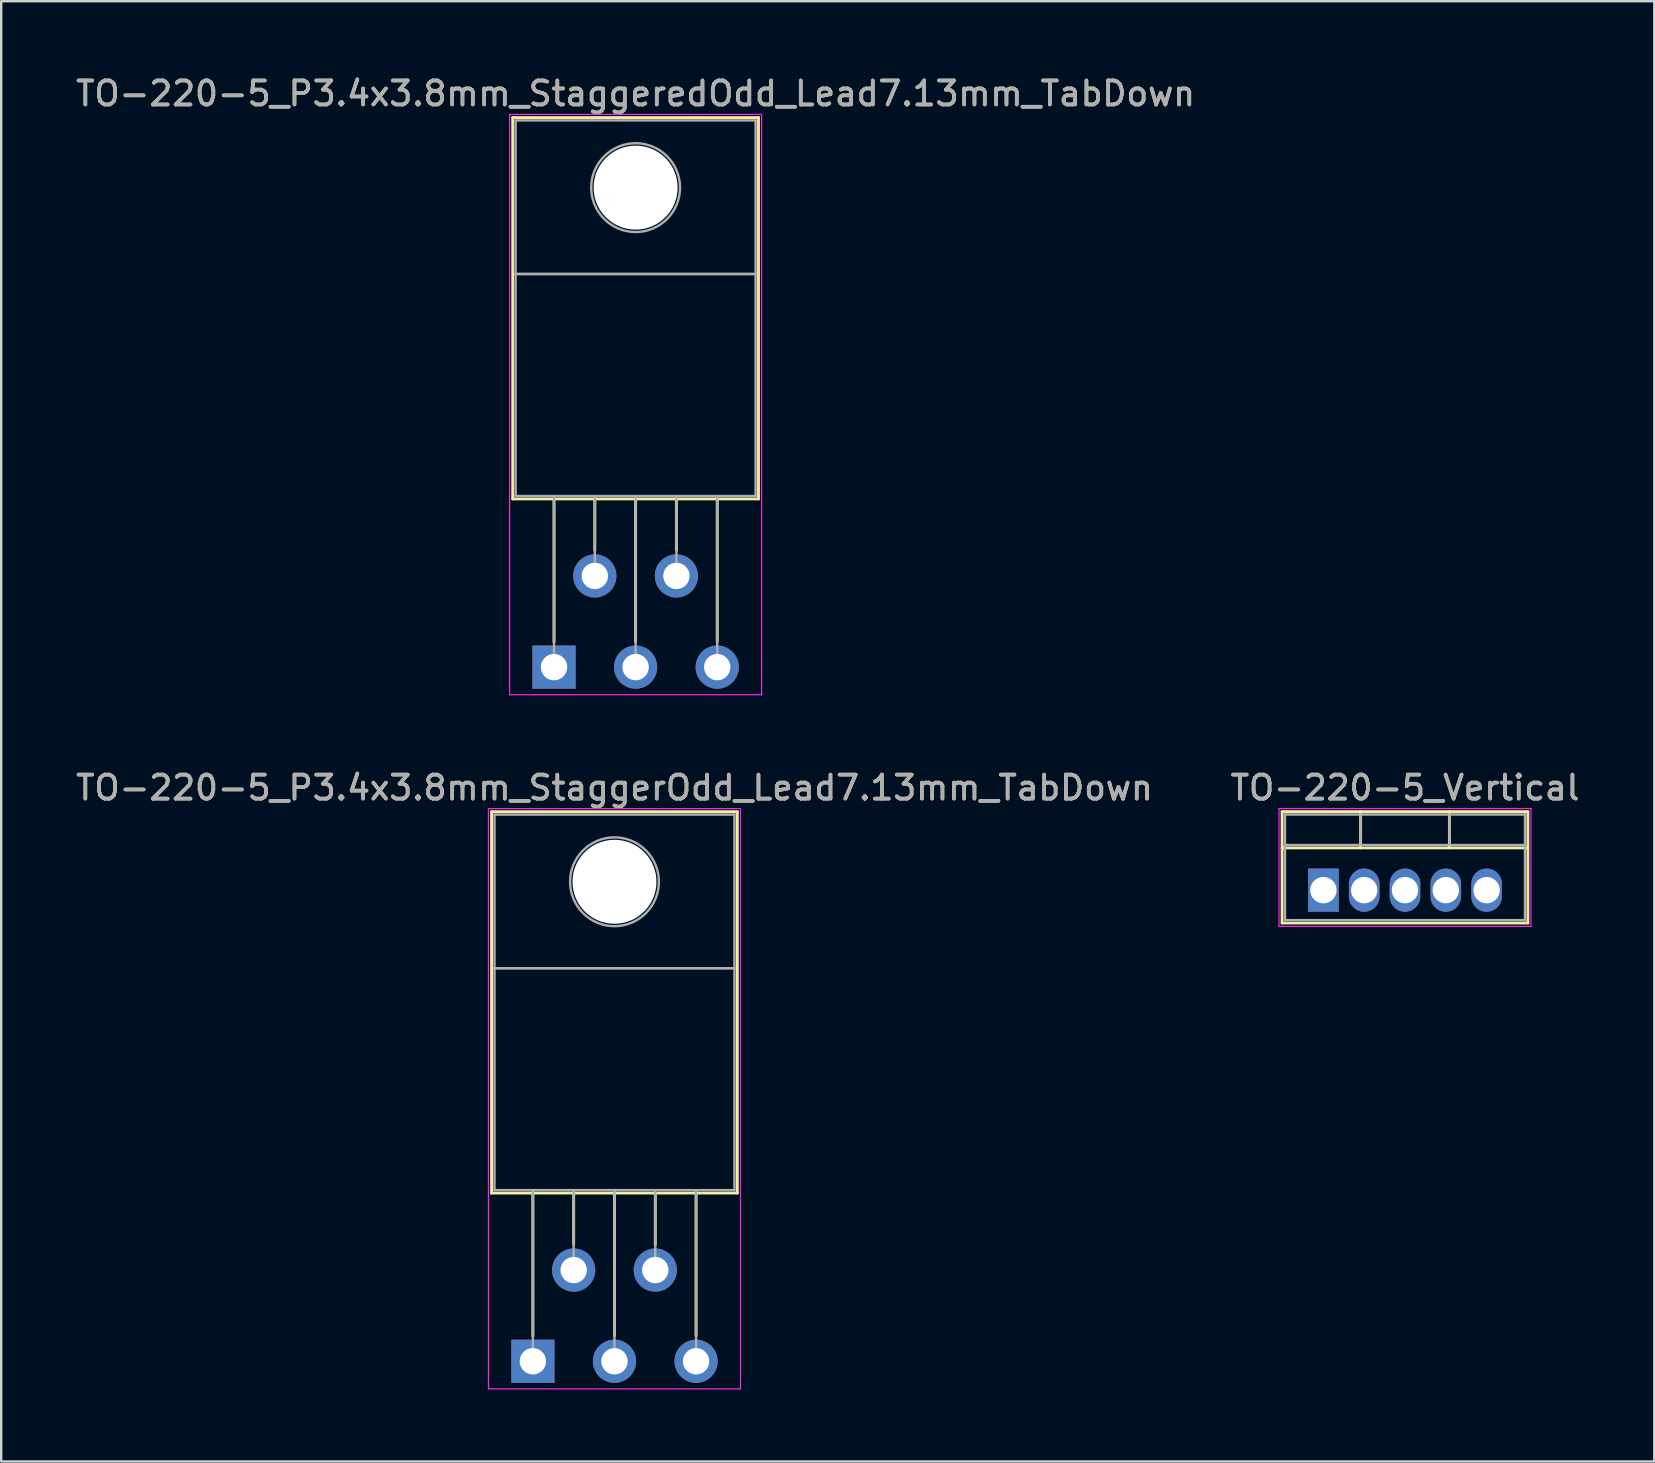
<source format=kicad_pcb>
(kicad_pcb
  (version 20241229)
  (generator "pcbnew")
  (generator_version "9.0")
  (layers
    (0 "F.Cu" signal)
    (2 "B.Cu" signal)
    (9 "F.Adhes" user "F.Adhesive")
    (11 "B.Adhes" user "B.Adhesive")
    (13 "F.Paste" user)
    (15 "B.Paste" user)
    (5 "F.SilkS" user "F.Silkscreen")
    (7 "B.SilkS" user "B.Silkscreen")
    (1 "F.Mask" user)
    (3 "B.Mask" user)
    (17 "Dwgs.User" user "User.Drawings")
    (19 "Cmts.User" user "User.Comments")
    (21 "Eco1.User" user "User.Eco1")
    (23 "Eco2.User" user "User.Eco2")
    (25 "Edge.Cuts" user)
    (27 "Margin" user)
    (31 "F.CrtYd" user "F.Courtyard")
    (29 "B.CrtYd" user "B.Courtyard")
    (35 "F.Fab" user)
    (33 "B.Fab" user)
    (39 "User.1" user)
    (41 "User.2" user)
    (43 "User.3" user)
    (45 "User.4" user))
  (footprint "TO-220-5_Vertical"
    (layer "F.Cu")
    (at 52.094 34.041)
    (property "Reference" "TO-220-5_Vertical" (at 3.4 -4.27 0) (layer "F.SilkS") (effects (font (size 1 1) (thickness 0.15))))
    (attr through_hole)
    (fp_line (start -1.721 -3.27) (end -1.721 1.371) (stroke (width 0.12) (type solid)) (layer "F.SilkS"))
    (fp_line (start -1.721 -3.27) (end 8.52 -3.27) (stroke (width 0.12) (type solid)) (layer "F.SilkS"))
    (fp_line (start -1.721 -1.76) (end 8.52 -1.76) (stroke (width 0.12) (type solid)) (layer "F.SilkS"))
    (fp_line (start -1.721 1.371) (end 8.52 1.371) (stroke (width 0.12) (type solid)) (layer "F.SilkS"))
    (fp_line (start 1.55 -3.27) (end 1.55 -1.76) (stroke (width 0.12) (type solid)) (layer "F.SilkS"))
    (fp_line (start 5.25 -3.27) (end 5.25 -1.76) (stroke (width 0.12) (type solid)) (layer "F.SilkS"))
    (fp_line (start 8.52 -3.27) (end 8.52 1.371) (stroke (width 0.12) (type solid)) (layer "F.SilkS"))
    (fp_line (start -1.85 -3.4) (end -1.85 1.51) (stroke (width 0.05) (type solid)) (layer "F.CrtYd"))
    (fp_line (start -1.85 1.51) (end 8.65 1.51) (stroke (width 0.05) (type solid)) (layer "F.CrtYd"))
    (fp_line (start 8.65 -3.4) (end -1.85 -3.4) (stroke (width 0.05) (type solid)) (layer "F.CrtYd"))
    (fp_line (start 8.65 1.51) (end 8.65 -3.4) (stroke (width 0.05) (type solid)) (layer "F.CrtYd"))
    (fp_line (start -1.6 -3.15) (end -1.6 1.25) (stroke (width 0.1) (type solid)) (layer "F.Fab"))
    (fp_line (start -1.6 -1.88) (end 8.4 -1.88) (stroke (width 0.1) (type solid)) (layer "F.Fab"))
    (fp_line (start -1.6 1.25) (end 8.4 1.25) (stroke (width 0.1) (type solid)) (layer "F.Fab"))
    (fp_line (start 1.55 -3.15) (end 1.55 -1.88) (stroke (width 0.1) (type solid)) (layer "F.Fab"))
    (fp_line (start 5.25 -3.15) (end 5.25 -1.88) (stroke (width 0.1) (type solid)) (layer "F.Fab"))
    (fp_line (start 8.4 -3.15) (end -1.6 -3.15) (stroke (width 0.1) (type solid)) (layer "F.Fab"))
    (fp_line (start 8.4 1.25) (end 8.4 -3.15) (stroke (width 0.1) (type solid)) (layer "F.Fab"))
    (fp_text user "${REFERENCE}" (at 3.4 -4.27 0) (layer "F.Fab") (effects (font (size 1 1) (thickness 0.15))))
    (pad "1" thru_hole rect (at 0 0) (size 1.275 1.8) (drill 1.1) (layers "*.Cu" "*.Mask"))
    (pad "2" thru_hole oval (at 1.7 0) (size 1.275 1.8) (drill 1.1) (layers "*.Cu" "*.Mask"))
    (pad "3" thru_hole oval (at 3.4 0) (size 1.275 1.8) (drill 1.1) (layers "*.Cu" "*.Mask"))
    (pad "4" thru_hole oval (at 5.1 0) (size 1.275 1.8) (drill 1.1) (layers "*.Cu" "*.Mask"))
    (pad "5" thru_hole oval (at 6.8 0) (size 1.275 1.8) (drill 1.1) (layers "*.Cu" "*.Mask")))
  (footprint "TO-220-5_P3.4x3.8mm_StaggeredOdd_Lead7.13mm_TabDown"
    (layer "F.Cu")
    (at 20.035 24.748)
    (property "Reference" "TO-220-5_P3.4x3.8mm_StaggeredOdd_Lead7.13mm_TabDown" (at 3.4 -23.9 0) (layer "F.SilkS") (effects (font (size 1 1) (thickness 0.15))))
    (attr through_hole)
    (fp_line (start -1.721 -22.9) (end -1.721 -7.01) (stroke (width 0.12) (type solid)) (layer "F.SilkS"))
    (fp_line (start -1.721 -22.9) (end 8.52 -22.9) (stroke (width 0.12) (type solid)) (layer "F.SilkS"))
    (fp_line (start -1.721 -7.01) (end 8.52 -7.01) (stroke (width 0.12) (type solid)) (layer "F.SilkS"))
    (fp_line (start 0 -7.01) (end 0 -1.05) (stroke (width 0.12) (type solid)) (layer "F.SilkS"))
    (fp_line (start 1.7 -7.01) (end 1.7 -4.866) (stroke (width 0.12) (type solid)) (layer "F.SilkS"))
    (fp_line (start 3.4 -7.01) (end 3.4 -1.065) (stroke (width 0.12) (type solid)) (layer "F.SilkS"))
    (fp_line (start 5.1 -7.01) (end 5.1 -4.866) (stroke (width 0.12) (type solid)) (layer "F.SilkS"))
    (fp_line (start 6.8 -7.01) (end 6.8 -1.065) (stroke (width 0.12) (type solid)) (layer "F.SilkS"))
    (fp_line (start 8.52 -22.9) (end 8.52 -7.01) (stroke (width 0.12) (type solid)) (layer "F.SilkS"))
    (fp_line (start -1.85 -23.03) (end -1.85 1.15) (stroke (width 0.05) (type solid)) (layer "F.CrtYd"))
    (fp_line (start -1.85 1.15) (end 8.65 1.15) (stroke (width 0.05) (type solid)) (layer "F.CrtYd"))
    (fp_line (start 8.65 -23.03) (end -1.85 -23.03) (stroke (width 0.05) (type solid)) (layer "F.CrtYd"))
    (fp_line (start 8.65 1.15) (end 8.65 -23.03) (stroke (width 0.05) (type solid)) (layer "F.CrtYd"))
    (fp_line (start -1.6 -22.78) (end 8.4 -22.78) (stroke (width 0.1) (type solid)) (layer "F.Fab"))
    (fp_line (start -1.6 -16.38) (end -1.6 -22.78) (stroke (width 0.1) (type solid)) (layer "F.Fab"))
    (fp_line (start -1.6 -16.38) (end 8.4 -16.38) (stroke (width 0.1) (type solid)) (layer "F.Fab"))
    (fp_line (start -1.6 -7.13) (end -1.6 -16.38) (stroke (width 0.1) (type solid)) (layer "F.Fab"))
    (fp_line (start 0 -7.13) (end 0 0) (stroke (width 0.1) (type solid)) (layer "F.Fab"))
    (fp_line (start 1.7 -7.13) (end 1.7 -3.8) (stroke (width 0.1) (type solid)) (layer "F.Fab"))
    (fp_line (start 3.4 -7.13) (end 3.4 0) (stroke (width 0.1) (type solid)) (layer "F.Fab"))
    (fp_line (start 5.1 -7.13) (end 5.1 -3.8) (stroke (width 0.1) (type solid)) (layer "F.Fab"))
    (fp_line (start 6.8 -7.13) (end 6.8 0) (stroke (width 0.1) (type solid)) (layer "F.Fab"))
    (fp_line (start 8.4 -22.78) (end 8.4 -16.38) (stroke (width 0.1) (type solid)) (layer "F.Fab"))
    (fp_line (start 8.4 -16.38) (end -1.6 -16.38) (stroke (width 0.1) (type solid)) (layer "F.Fab"))
    (fp_line (start 8.4 -16.38) (end 8.4 -7.13) (stroke (width 0.1) (type solid)) (layer "F.Fab"))
    (fp_line (start 8.4 -7.13) (end -1.6 -7.13) (stroke (width 0.1) (type solid)) (layer "F.Fab"))
    (fp_circle (center 3.4 -19.98) (end 5.25 -19.98) (stroke (width 0.1) (type solid)) (fill no) (layer "F.Fab"))
    (fp_text user "${REFERENCE}" (at 3.4 -23.9 0) (layer "F.Fab") (effects (font (size 1 1) (thickness 0.15))))
    (pad "" np_thru_hole oval (at 3.4 -19.98) (size 3.5 3.5) (drill 3.5) (layers "*.Cu" "*.Mask"))
    (pad "1" thru_hole rect (at 0 0) (size 1.8 1.8) (drill 1.1) (layers "*.Cu" "*.Mask"))
    (pad "2" thru_hole oval (at 1.7 -3.8) (size 1.8 1.8) (drill 1.1) (layers "*.Cu" "*.Mask"))
    (pad "3" thru_hole oval (at 3.4 0) (size 1.8 1.8) (drill 1.1) (layers "*.Cu" "*.Mask"))
    (pad "4" thru_hole oval (at 5.1 -3.8) (size 1.8 1.8) (drill 1.1) (layers "*.Cu" "*.Mask"))
    (pad "5" thru_hole oval (at 6.8 0) (size 1.8 1.8) (drill 1.1) (layers "*.Cu" "*.Mask")))
  (footprint "TO-220-5_P3.4x3.8mm_StaggerOdd_Lead7.13mm_TabDown"
    (layer "F.Cu")
    (at 19.154 53.672)
    (property "Reference" "TO-220-5_P3.4x3.8mm_StaggerOdd_Lead7.13mm_TabDown" (at 3.4 -23.9 0) (layer "F.SilkS") (effects (font (size 1 1) (thickness 0.15))))
    (attr through_hole)
    (fp_line (start -1.721 -22.9) (end -1.721 -7.01) (stroke (width 0.12) (type solid)) (layer "F.SilkS"))
    (fp_line (start -1.721 -22.9) (end 8.52 -22.9) (stroke (width 0.12) (type solid)) (layer "F.SilkS"))
    (fp_line (start -1.721 -7.01) (end 8.52 -7.01) (stroke (width 0.12) (type solid)) (layer "F.SilkS"))
    (fp_line (start 0 -7.01) (end 0 -1.05) (stroke (width 0.12) (type solid)) (layer "F.SilkS"))
    (fp_line (start 1.7 -7.01) (end 1.7 -4.866) (stroke (width 0.12) (type solid)) (layer "F.SilkS"))
    (fp_line (start 3.4 -7.01) (end 3.4 -1.065) (stroke (width 0.12) (type solid)) (layer "F.SilkS"))
    (fp_line (start 5.1 -7.01) (end 5.1 -4.866) (stroke (width 0.12) (type solid)) (layer "F.SilkS"))
    (fp_line (start 6.8 -7.01) (end 6.8 -1.065) (stroke (width 0.12) (type solid)) (layer "F.SilkS"))
    (fp_line (start 8.52 -22.9) (end 8.52 -7.01) (stroke (width 0.12) (type solid)) (layer "F.SilkS"))
    (fp_line (start -1.85 -23.03) (end -1.85 1.15) (stroke (width 0.05) (type solid)) (layer "F.CrtYd"))
    (fp_line (start -1.85 1.15) (end 8.65 1.15) (stroke (width 0.05) (type solid)) (layer "F.CrtYd"))
    (fp_line (start 8.65 -23.03) (end -1.85 -23.03) (stroke (width 0.05) (type solid)) (layer "F.CrtYd"))
    (fp_line (start 8.65 1.15) (end 8.65 -23.03) (stroke (width 0.05) (type solid)) (layer "F.CrtYd"))
    (fp_line (start -1.6 -22.78) (end 8.4 -22.78) (stroke (width 0.1) (type solid)) (layer "F.Fab"))
    (fp_line (start -1.6 -16.38) (end -1.6 -22.78) (stroke (width 0.1) (type solid)) (layer "F.Fab"))
    (fp_line (start -1.6 -16.38) (end 8.4 -16.38) (stroke (width 0.1) (type solid)) (layer "F.Fab"))
    (fp_line (start -1.6 -7.13) (end -1.6 -16.38) (stroke (width 0.1) (type solid)) (layer "F.Fab"))
    (fp_line (start 0 -7.13) (end 0 0) (stroke (width 0.1) (type solid)) (layer "F.Fab"))
    (fp_line (start 1.7 -7.13) (end 1.7 -3.8) (stroke (width 0.1) (type solid)) (layer "F.Fab"))
    (fp_line (start 3.4 -7.13) (end 3.4 0) (stroke (width 0.1) (type solid)) (layer "F.Fab"))
    (fp_line (start 5.1 -7.13) (end 5.1 -3.8) (stroke (width 0.1) (type solid)) (layer "F.Fab"))
    (fp_line (start 6.8 -7.13) (end 6.8 0) (stroke (width 0.1) (type solid)) (layer "F.Fab"))
    (fp_line (start 8.4 -22.78) (end 8.4 -16.38) (stroke (width 0.1) (type solid)) (layer "F.Fab"))
    (fp_line (start 8.4 -16.38) (end -1.6 -16.38) (stroke (width 0.1) (type solid)) (layer "F.Fab"))
    (fp_line (start 8.4 -16.38) (end 8.4 -7.13) (stroke (width 0.1) (type solid)) (layer "F.Fab"))
    (fp_line (start 8.4 -7.13) (end -1.6 -7.13) (stroke (width 0.1) (type solid)) (layer "F.Fab"))
    (fp_circle (center 3.4 -19.98) (end 5.25 -19.98) (stroke (width 0.1) (type solid)) (fill no) (layer "F.Fab"))
    (fp_text user "${REFERENCE}" (at 3.4 -23.9 0) (layer "F.Fab") (effects (font (size 1 1) (thickness 0.15))))
    (pad "" np_thru_hole oval (at 3.4 -19.98) (size 3.5 3.5) (drill 3.5) (layers "*.Cu" "*.Mask"))
    (pad "1" thru_hole rect (at 0 0) (size 1.8 1.8) (drill 1.1) (layers "*.Cu" "*.Mask"))
    (pad "2" thru_hole oval (at 1.7 -3.8) (size 1.8 1.8) (drill 1.1) (layers "*.Cu" "*.Mask"))
    (pad "3" thru_hole oval (at 3.4 0) (size 1.8 1.8) (drill 1.1) (layers "*.Cu" "*.Mask"))
    (pad "4" thru_hole oval (at 5.1 -3.8) (size 1.8 1.8) (drill 1.1) (layers "*.Cu" "*.Mask"))
    (pad "5" thru_hole oval (at 6.8 0) (size 1.8 1.8) (drill 1.1) (layers "*.Cu" "*.Mask")))
  (gr_rect
    (start -3 -3)
    (end 65.881 57.846)
    (stroke (width 0.1) (type default))
    (fill no)
    (layer "Edge.Cuts")))
</source>
